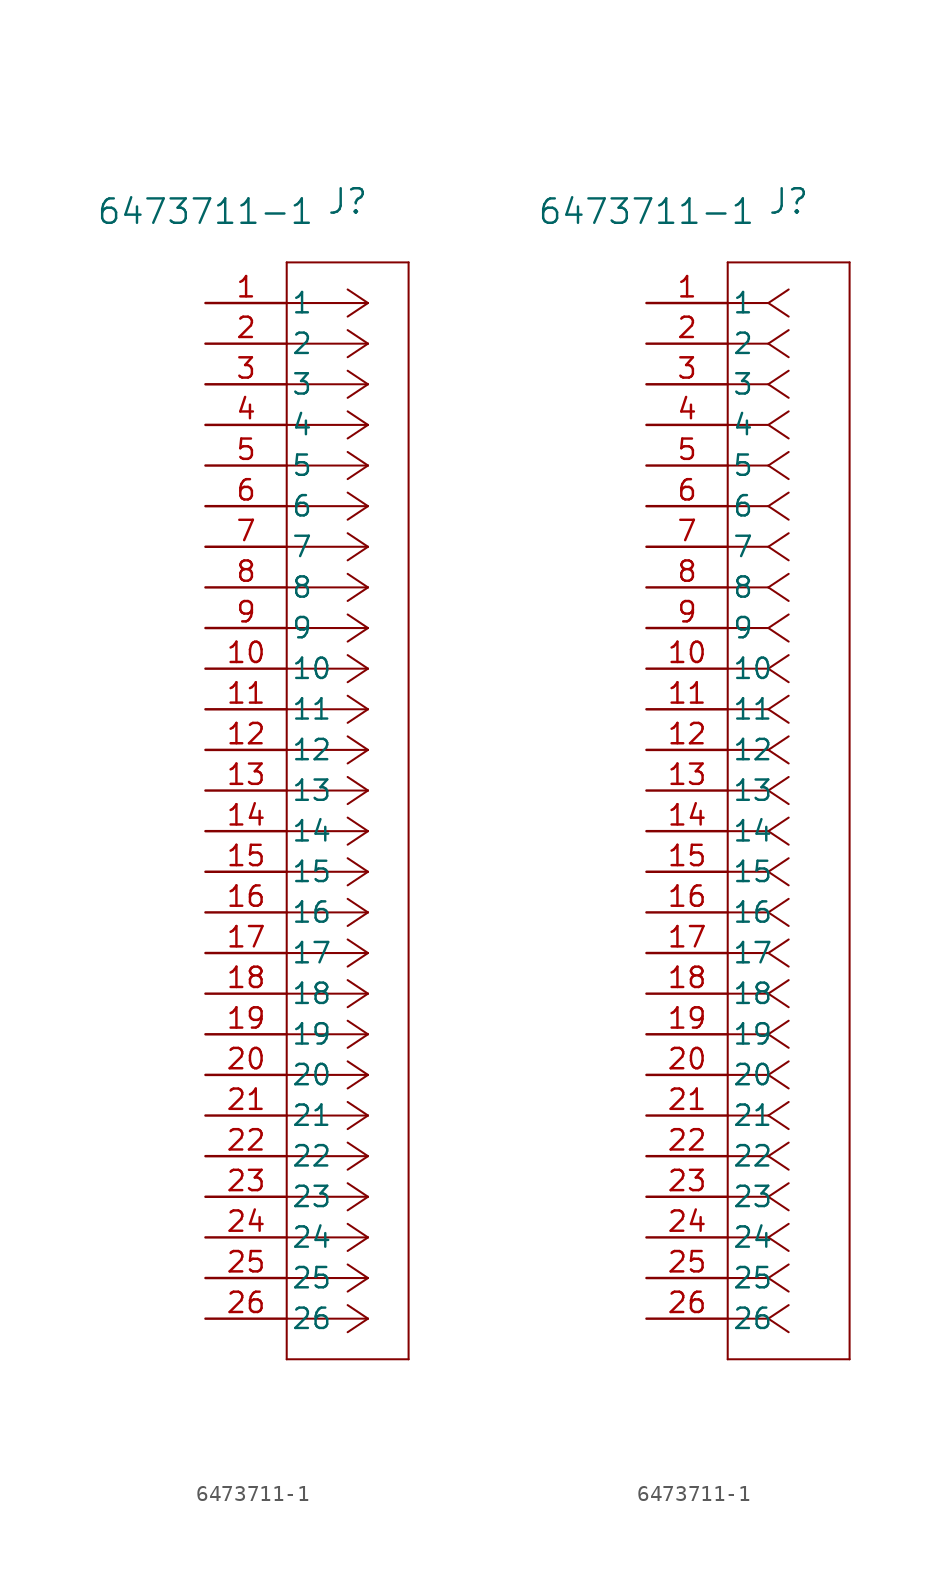
<source format=kicad_sym>
(kicad_symbol_lib
  (version 20220914)
  (generator kicad_symbol_editor)
  (symbol "6473711-1"
    (pin_names
      (offset 0.254))
    (property "Reference" "J"
      (at 8.89 6.35 0)
      (effects (font (size 1.524 1.524))))
    (property "Value" "6473711-1"
      (at 0 5.715 0)
      (effects (font (size 1.524 1.524))))
    (symbol "6473711-1_1_1"
      (polyline (pts (xy 5.08 -66.04) (xy 12.7 -66.04)) (stroke (width 0.127) (type default)) (fill (type none)))
      (polyline (pts (xy 5.08 2.54) (xy 5.08 -66.04)) (stroke (width 0.127) (type default)) (fill (type none)))
      (polyline (pts (xy 10.16 -63.5) (xy 5.08 -63.5)) (stroke (width 0.127) (type default)) (fill (type none)))
      (polyline (pts (xy 10.16 -63.5) (xy 8.89 -64.347)) (stroke (width 0.127) (type default)) (fill (type none)))
      (polyline (pts (xy 10.16 -63.5) (xy 8.89 -62.653)) (stroke (width 0.127) (type default)) (fill (type none)))
      (polyline (pts (xy 10.16 -60.96) (xy 5.08 -60.96)) (stroke (width 0.127) (type default)) (fill (type none)))
      (polyline (pts (xy 10.16 -60.96) (xy 8.89 -61.807)) (stroke (width 0.127) (type default)) (fill (type none)))
      (polyline (pts (xy 10.16 -60.96) (xy 8.89 -60.113)) (stroke (width 0.127) (type default)) (fill (type none)))
      (polyline (pts (xy 10.16 -58.42) (xy 5.08 -58.42)) (stroke (width 0.127) (type default)) (fill (type none)))
      (polyline (pts (xy 10.16 -58.42) (xy 8.89 -59.267)) (stroke (width 0.127) (type default)) (fill (type none)))
      (polyline (pts (xy 10.16 -58.42) (xy 8.89 -57.573)) (stroke (width 0.127) (type default)) (fill (type none)))
      (polyline (pts (xy 10.16 -55.88) (xy 5.08 -55.88)) (stroke (width 0.127) (type default)) (fill (type none)))
      (polyline (pts (xy 10.16 -55.88) (xy 8.89 -56.727)) (stroke (width 0.127) (type default)) (fill (type none)))
      (polyline (pts (xy 10.16 -55.88) (xy 8.89 -55.033)) (stroke (width 0.127) (type default)) (fill (type none)))
      (polyline (pts (xy 10.16 -53.34) (xy 5.08 -53.34)) (stroke (width 0.127) (type default)) (fill (type none)))
      (polyline (pts (xy 10.16 -53.34) (xy 8.89 -54.187)) (stroke (width 0.127) (type default)) (fill (type none)))
      (polyline (pts (xy 10.16 -53.34) (xy 8.89 -52.493)) (stroke (width 0.127) (type default)) (fill (type none)))
      (polyline (pts (xy 10.16 -50.8) (xy 5.08 -50.8)) (stroke (width 0.127) (type default)) (fill (type none)))
      (polyline (pts (xy 10.16 -50.8) (xy 8.89 -51.647)) (stroke (width 0.127) (type default)) (fill (type none)))
      (polyline (pts (xy 10.16 -50.8) (xy 8.89 -49.953)) (stroke (width 0.127) (type default)) (fill (type none)))
      (polyline (pts (xy 10.16 -48.26) (xy 5.08 -48.26)) (stroke (width 0.127) (type default)) (fill (type none)))
      (polyline (pts (xy 10.16 -48.26) (xy 8.89 -49.107)) (stroke (width 0.127) (type default)) (fill (type none)))
      (polyline (pts (xy 10.16 -48.26) (xy 8.89 -47.413)) (stroke (width 0.127) (type default)) (fill (type none)))
      (polyline (pts (xy 10.16 -45.72) (xy 5.08 -45.72)) (stroke (width 0.127) (type default)) (fill (type none)))
      (polyline (pts (xy 10.16 -45.72) (xy 8.89 -46.567)) (stroke (width 0.127) (type default)) (fill (type none)))
      (polyline (pts (xy 10.16 -45.72) (xy 8.89 -44.873)) (stroke (width 0.127) (type default)) (fill (type none)))
      (polyline (pts (xy 10.16 -43.18) (xy 5.08 -43.18)) (stroke (width 0.127) (type default)) (fill (type none)))
      (polyline (pts (xy 10.16 -43.18) (xy 8.89 -44.027)) (stroke (width 0.127) (type default)) (fill (type none)))
      (polyline (pts (xy 10.16 -43.18) (xy 8.89 -42.333)) (stroke (width 0.127) (type default)) (fill (type none)))
      (polyline (pts (xy 10.16 -40.64) (xy 5.08 -40.64)) (stroke (width 0.127) (type default)) (fill (type none)))
      (polyline (pts (xy 10.16 -40.64) (xy 8.89 -41.487)) (stroke (width 0.127) (type default)) (fill (type none)))
      (polyline (pts (xy 10.16 -40.64) (xy 8.89 -39.793)) (stroke (width 0.127) (type default)) (fill (type none)))
      (polyline (pts (xy 10.16 -38.1) (xy 5.08 -38.1)) (stroke (width 0.127) (type default)) (fill (type none)))
      (polyline (pts (xy 10.16 -38.1) (xy 8.89 -38.947)) (stroke (width 0.127) (type default)) (fill (type none)))
      (polyline (pts (xy 10.16 -38.1) (xy 8.89 -37.253)) (stroke (width 0.127) (type default)) (fill (type none)))
      (polyline (pts (xy 10.16 -35.56) (xy 5.08 -35.56)) (stroke (width 0.127) (type default)) (fill (type none)))
      (polyline (pts (xy 10.16 -35.56) (xy 8.89 -36.407)) (stroke (width 0.127) (type default)) (fill (type none)))
      (polyline (pts (xy 10.16 -35.56) (xy 8.89 -34.713)) (stroke (width 0.127) (type default)) (fill (type none)))
      (polyline (pts (xy 10.16 -33.02) (xy 5.08 -33.02)) (stroke (width 0.127) (type default)) (fill (type none)))
      (polyline (pts (xy 10.16 -33.02) (xy 8.89 -33.867)) (stroke (width 0.127) (type default)) (fill (type none)))
      (polyline (pts (xy 10.16 -33.02) (xy 8.89 -32.173)) (stroke (width 0.127) (type default)) (fill (type none)))
      (polyline (pts (xy 10.16 -30.48) (xy 5.08 -30.48)) (stroke (width 0.127) (type default)) (fill (type none)))
      (polyline (pts (xy 10.16 -30.48) (xy 8.89 -31.327)) (stroke (width 0.127) (type default)) (fill (type none)))
      (polyline (pts (xy 10.16 -30.48) (xy 8.89 -29.633)) (stroke (width 0.127) (type default)) (fill (type none)))
      (polyline (pts (xy 10.16 -27.94) (xy 5.08 -27.94)) (stroke (width 0.127) (type default)) (fill (type none)))
      (polyline (pts (xy 10.16 -27.94) (xy 8.89 -28.787)) (stroke (width 0.127) (type default)) (fill (type none)))
      (polyline (pts (xy 10.16 -27.94) (xy 8.89 -27.093)) (stroke (width 0.127) (type default)) (fill (type none)))
      (polyline (pts (xy 10.16 -25.4) (xy 5.08 -25.4)) (stroke (width 0.127) (type default)) (fill (type none)))
      (polyline (pts (xy 10.16 -25.4) (xy 8.89 -26.247)) (stroke (width 0.127) (type default)) (fill (type none)))
      (polyline (pts (xy 10.16 -25.4) (xy 8.89 -24.553)) (stroke (width 0.127) (type default)) (fill (type none)))
      (polyline (pts (xy 10.16 -22.86) (xy 5.08 -22.86)) (stroke (width 0.127) (type default)) (fill (type none)))
      (polyline (pts (xy 10.16 -22.86) (xy 8.89 -23.707)) (stroke (width 0.127) (type default)) (fill (type none)))
      (polyline (pts (xy 10.16 -22.86) (xy 8.89 -22.013)) (stroke (width 0.127) (type default)) (fill (type none)))
      (polyline (pts (xy 10.16 -20.32) (xy 5.08 -20.32)) (stroke (width 0.127) (type default)) (fill (type none)))
      (polyline (pts (xy 10.16 -20.32) (xy 8.89 -21.167)) (stroke (width 0.127) (type default)) (fill (type none)))
      (polyline (pts (xy 10.16 -20.32) (xy 8.89 -19.473)) (stroke (width 0.127) (type default)) (fill (type none)))
      (polyline (pts (xy 10.16 -17.78) (xy 5.08 -17.78)) (stroke (width 0.127) (type default)) (fill (type none)))
      (polyline (pts (xy 10.16 -17.78) (xy 8.89 -18.627)) (stroke (width 0.127) (type default)) (fill (type none)))
      (polyline (pts (xy 10.16 -17.78) (xy 8.89 -16.933)) (stroke (width 0.127) (type default)) (fill (type none)))
      (polyline (pts (xy 10.16 -15.24) (xy 5.08 -15.24)) (stroke (width 0.127) (type default)) (fill (type none)))
      (polyline (pts (xy 10.16 -15.24) (xy 8.89 -16.087)) (stroke (width 0.127) (type default)) (fill (type none)))
      (polyline (pts (xy 10.16 -15.24) (xy 8.89 -14.393)) (stroke (width 0.127) (type default)) (fill (type none)))
      (polyline (pts (xy 10.16 -12.7) (xy 5.08 -12.7)) (stroke (width 0.127) (type default)) (fill (type none)))
      (polyline (pts (xy 10.16 -12.7) (xy 8.89 -13.547)) (stroke (width 0.127) (type default)) (fill (type none)))
      (polyline (pts (xy 10.16 -12.7) (xy 8.89 -11.853)) (stroke (width 0.127) (type default)) (fill (type none)))
      (polyline (pts (xy 10.16 -10.16) (xy 5.08 -10.16)) (stroke (width 0.127) (type default)) (fill (type none)))
      (polyline (pts (xy 10.16 -10.16) (xy 8.89 -11.007)) (stroke (width 0.127) (type default)) (fill (type none)))
      (polyline (pts (xy 10.16 -10.16) (xy 8.89 -9.313)) (stroke (width 0.127) (type default)) (fill (type none)))
      (polyline (pts (xy 10.16 -7.62) (xy 5.08 -7.62)) (stroke (width 0.127) (type default)) (fill (type none)))
      (polyline (pts (xy 10.16 -7.62) (xy 8.89 -8.467)) (stroke (width 0.127) (type default)) (fill (type none)))
      (polyline (pts (xy 10.16 -7.62) (xy 8.89 -6.773)) (stroke (width 0.127) (type default)) (fill (type none)))
      (polyline (pts (xy 10.16 -5.08) (xy 5.08 -5.08)) (stroke (width 0.127) (type default)) (fill (type none)))
      (polyline (pts (xy 10.16 -5.08) (xy 8.89 -5.927)) (stroke (width 0.127) (type default)) (fill (type none)))
      (polyline (pts (xy 10.16 -5.08) (xy 8.89 -4.233)) (stroke (width 0.127) (type default)) (fill (type none)))
      (polyline (pts (xy 10.16 -2.54) (xy 5.08 -2.54)) (stroke (width 0.127) (type default)) (fill (type none)))
      (polyline (pts (xy 10.16 -2.54) (xy 8.89 -3.387)) (stroke (width 0.127) (type default)) (fill (type none)))
      (polyline (pts (xy 10.16 -2.54) (xy 8.89 -1.693)) (stroke (width 0.127) (type default)) (fill (type none)))
      (polyline (pts (xy 10.16 0) (xy 5.08 0)) (stroke (width 0.127) (type default)) (fill (type none)))
      (polyline (pts (xy 10.16 0) (xy 8.89 -0.847)) (stroke (width 0.127) (type default)) (fill (type none)))
      (polyline (pts (xy 10.16 0) (xy 8.89 0.847)) (stroke (width 0.127) (type default)) (fill (type none)))
      (polyline (pts (xy 12.7 -66.04) (xy 12.7 2.54)) (stroke (width 0.127) (type default)) (fill (type none)))
      (polyline (pts (xy 12.7 2.54) (xy 5.08 2.54)) (stroke (width 0.127) (type default)) (fill (type none)))
      (pin unspecified line (at 0 0 0) (length 5.08) (name "1" (effects (font (size 1.27 1.27)))) (number "1" (effects (font (size 1.27 1.27)))))
      (pin unspecified line (at 0 -22.86 0) (length 5.08) (name "10" (effects (font (size 1.27 1.27)))) (number "10" (effects (font (size 1.27 1.27)))))
      (pin unspecified line (at 0 -25.4 0) (length 5.08) (name "11" (effects (font (size 1.27 1.27)))) (number "11" (effects (font (size 1.27 1.27)))))
      (pin unspecified line (at 0 -27.94 0) (length 5.08) (name "12" (effects (font (size 1.27 1.27)))) (number "12" (effects (font (size 1.27 1.27)))))
      (pin unspecified line (at 0 -30.48 0) (length 5.08) (name "13" (effects (font (size 1.27 1.27)))) (number "13" (effects (font (size 1.27 1.27)))))
      (pin unspecified line (at 0 -33.02 0) (length 5.08) (name "14" (effects (font (size 1.27 1.27)))) (number "14" (effects (font (size 1.27 1.27)))))
      (pin unspecified line (at 0 -35.56 0) (length 5.08) (name "15" (effects (font (size 1.27 1.27)))) (number "15" (effects (font (size 1.27 1.27)))))
      (pin unspecified line (at 0 -38.1 0) (length 5.08) (name "16" (effects (font (size 1.27 1.27)))) (number "16" (effects (font (size 1.27 1.27)))))
      (pin unspecified line (at 0 -40.64 0) (length 5.08) (name "17" (effects (font (size 1.27 1.27)))) (number "17" (effects (font (size 1.27 1.27)))))
      (pin unspecified line (at 0 -43.18 0) (length 5.08) (name "18" (effects (font (size 1.27 1.27)))) (number "18" (effects (font (size 1.27 1.27)))))
      (pin unspecified line (at 0 -45.72 0) (length 5.08) (name "19" (effects (font (size 1.27 1.27)))) (number "19" (effects (font (size 1.27 1.27)))))
      (pin unspecified line (at 0 -2.54 0) (length 5.08) (name "2" (effects (font (size 1.27 1.27)))) (number "2" (effects (font (size 1.27 1.27)))))
      (pin unspecified line (at 0 -48.26 0) (length 5.08) (name "20" (effects (font (size 1.27 1.27)))) (number "20" (effects (font (size 1.27 1.27)))))
      (pin unspecified line (at 0 -50.8 0) (length 5.08) (name "21" (effects (font (size 1.27 1.27)))) (number "21" (effects (font (size 1.27 1.27)))))
      (pin unspecified line (at 0 -53.34 0) (length 5.08) (name "22" (effects (font (size 1.27 1.27)))) (number "22" (effects (font (size 1.27 1.27)))))
      (pin unspecified line (at 0 -55.88 0) (length 5.08) (name "23" (effects (font (size 1.27 1.27)))) (number "23" (effects (font (size 1.27 1.27)))))
      (pin unspecified line (at 0 -58.42 0) (length 5.08) (name "24" (effects (font (size 1.27 1.27)))) (number "24" (effects (font (size 1.27 1.27)))))
      (pin unspecified line (at 0 -60.96 0) (length 5.08) (name "25" (effects (font (size 1.27 1.27)))) (number "25" (effects (font (size 1.27 1.27)))))
      (pin unspecified line (at 0 -63.5 0) (length 5.08) (name "26" (effects (font (size 1.27 1.27)))) (number "26" (effects (font (size 1.27 1.27)))))
      (pin unspecified line (at 0 -5.08 0) (length 5.08) (name "3" (effects (font (size 1.27 1.27)))) (number "3" (effects (font (size 1.27 1.27)))))
      (pin unspecified line (at 0 -7.62 0) (length 5.08) (name "4" (effects (font (size 1.27 1.27)))) (number "4" (effects (font (size 1.27 1.27)))))
      (pin unspecified line (at 0 -10.16 0) (length 5.08) (name "5" (effects (font (size 1.27 1.27)))) (number "5" (effects (font (size 1.27 1.27)))))
      (pin unspecified line (at 0 -12.7 0) (length 5.08) (name "6" (effects (font (size 1.27 1.27)))) (number "6" (effects (font (size 1.27 1.27)))))
      (pin unspecified line (at 0 -15.24 0) (length 5.08) (name "7" (effects (font (size 1.27 1.27)))) (number "7" (effects (font (size 1.27 1.27)))))
      (pin unspecified line (at 0 -17.78 0) (length 5.08) (name "8" (effects (font (size 1.27 1.27)))) (number "8" (effects (font (size 1.27 1.27)))))
      (pin unspecified line (at 0 -20.32 0) (length 5.08) (name "9" (effects (font (size 1.27 1.27)))) (number "9" (effects (font (size 1.27 1.27))))))
    (symbol "6473711-1_1_2"
      (polyline (pts (xy 5.08 -66.04) (xy 12.7 -66.04)) (stroke (width 0.127) (type default)) (fill (type none)))
      (polyline (pts (xy 5.08 2.54) (xy 5.08 -66.04)) (stroke (width 0.127) (type default)) (fill (type none)))
      (polyline (pts (xy 7.62 -63.5) (xy 5.08 -63.5)) (stroke (width 0.127) (type default)) (fill (type none)))
      (polyline (pts (xy 7.62 -63.5) (xy 8.89 -64.347)) (stroke (width 0.127) (type default)) (fill (type none)))
      (polyline (pts (xy 7.62 -63.5) (xy 8.89 -62.653)) (stroke (width 0.127) (type default)) (fill (type none)))
      (polyline (pts (xy 7.62 -60.96) (xy 5.08 -60.96)) (stroke (width 0.127) (type default)) (fill (type none)))
      (polyline (pts (xy 7.62 -60.96) (xy 8.89 -61.807)) (stroke (width 0.127) (type default)) (fill (type none)))
      (polyline (pts (xy 7.62 -60.96) (xy 8.89 -60.113)) (stroke (width 0.127) (type default)) (fill (type none)))
      (polyline (pts (xy 7.62 -58.42) (xy 5.08 -58.42)) (stroke (width 0.127) (type default)) (fill (type none)))
      (polyline (pts (xy 7.62 -58.42) (xy 8.89 -59.267)) (stroke (width 0.127) (type default)) (fill (type none)))
      (polyline (pts (xy 7.62 -58.42) (xy 8.89 -57.573)) (stroke (width 0.127) (type default)) (fill (type none)))
      (polyline (pts (xy 7.62 -55.88) (xy 5.08 -55.88)) (stroke (width 0.127) (type default)) (fill (type none)))
      (polyline (pts (xy 7.62 -55.88) (xy 8.89 -56.727)) (stroke (width 0.127) (type default)) (fill (type none)))
      (polyline (pts (xy 7.62 -55.88) (xy 8.89 -55.033)) (stroke (width 0.127) (type default)) (fill (type none)))
      (polyline (pts (xy 7.62 -53.34) (xy 5.08 -53.34)) (stroke (width 0.127) (type default)) (fill (type none)))
      (polyline (pts (xy 7.62 -53.34) (xy 8.89 -54.187)) (stroke (width 0.127) (type default)) (fill (type none)))
      (polyline (pts (xy 7.62 -53.34) (xy 8.89 -52.493)) (stroke (width 0.127) (type default)) (fill (type none)))
      (polyline (pts (xy 7.62 -50.8) (xy 5.08 -50.8)) (stroke (width 0.127) (type default)) (fill (type none)))
      (polyline (pts (xy 7.62 -50.8) (xy 8.89 -51.647)) (stroke (width 0.127) (type default)) (fill (type none)))
      (polyline (pts (xy 7.62 -50.8) (xy 8.89 -49.953)) (stroke (width 0.127) (type default)) (fill (type none)))
      (polyline (pts (xy 7.62 -48.26) (xy 5.08 -48.26)) (stroke (width 0.127) (type default)) (fill (type none)))
      (polyline (pts (xy 7.62 -48.26) (xy 8.89 -49.107)) (stroke (width 0.127) (type default)) (fill (type none)))
      (polyline (pts (xy 7.62 -48.26) (xy 8.89 -47.413)) (stroke (width 0.127) (type default)) (fill (type none)))
      (polyline (pts (xy 7.62 -45.72) (xy 5.08 -45.72)) (stroke (width 0.127) (type default)) (fill (type none)))
      (polyline (pts (xy 7.62 -45.72) (xy 8.89 -46.567)) (stroke (width 0.127) (type default)) (fill (type none)))
      (polyline (pts (xy 7.62 -45.72) (xy 8.89 -44.873)) (stroke (width 0.127) (type default)) (fill (type none)))
      (polyline (pts (xy 7.62 -43.18) (xy 5.08 -43.18)) (stroke (width 0.127) (type default)) (fill (type none)))
      (polyline (pts (xy 7.62 -43.18) (xy 8.89 -44.027)) (stroke (width 0.127) (type default)) (fill (type none)))
      (polyline (pts (xy 7.62 -43.18) (xy 8.89 -42.333)) (stroke (width 0.127) (type default)) (fill (type none)))
      (polyline (pts (xy 7.62 -40.64) (xy 5.08 -40.64)) (stroke (width 0.127) (type default)) (fill (type none)))
      (polyline (pts (xy 7.62 -40.64) (xy 8.89 -41.487)) (stroke (width 0.127) (type default)) (fill (type none)))
      (polyline (pts (xy 7.62 -40.64) (xy 8.89 -39.793)) (stroke (width 0.127) (type default)) (fill (type none)))
      (polyline (pts (xy 7.62 -38.1) (xy 5.08 -38.1)) (stroke (width 0.127) (type default)) (fill (type none)))
      (polyline (pts (xy 7.62 -38.1) (xy 8.89 -38.947)) (stroke (width 0.127) (type default)) (fill (type none)))
      (polyline (pts (xy 7.62 -38.1) (xy 8.89 -37.253)) (stroke (width 0.127) (type default)) (fill (type none)))
      (polyline (pts (xy 7.62 -35.56) (xy 5.08 -35.56)) (stroke (width 0.127) (type default)) (fill (type none)))
      (polyline (pts (xy 7.62 -35.56) (xy 8.89 -36.407)) (stroke (width 0.127) (type default)) (fill (type none)))
      (polyline (pts (xy 7.62 -35.56) (xy 8.89 -34.713)) (stroke (width 0.127) (type default)) (fill (type none)))
      (polyline (pts (xy 7.62 -33.02) (xy 5.08 -33.02)) (stroke (width 0.127) (type default)) (fill (type none)))
      (polyline (pts (xy 7.62 -33.02) (xy 8.89 -33.867)) (stroke (width 0.127) (type default)) (fill (type none)))
      (polyline (pts (xy 7.62 -33.02) (xy 8.89 -32.173)) (stroke (width 0.127) (type default)) (fill (type none)))
      (polyline (pts (xy 7.62 -30.48) (xy 5.08 -30.48)) (stroke (width 0.127) (type default)) (fill (type none)))
      (polyline (pts (xy 7.62 -30.48) (xy 8.89 -31.327)) (stroke (width 0.127) (type default)) (fill (type none)))
      (polyline (pts (xy 7.62 -30.48) (xy 8.89 -29.633)) (stroke (width 0.127) (type default)) (fill (type none)))
      (polyline (pts (xy 7.62 -27.94) (xy 5.08 -27.94)) (stroke (width 0.127) (type default)) (fill (type none)))
      (polyline (pts (xy 7.62 -27.94) (xy 8.89 -28.787)) (stroke (width 0.127) (type default)) (fill (type none)))
      (polyline (pts (xy 7.62 -27.94) (xy 8.89 -27.093)) (stroke (width 0.127) (type default)) (fill (type none)))
      (polyline (pts (xy 7.62 -25.4) (xy 5.08 -25.4)) (stroke (width 0.127) (type default)) (fill (type none)))
      (polyline (pts (xy 7.62 -25.4) (xy 8.89 -26.247)) (stroke (width 0.127) (type default)) (fill (type none)))
      (polyline (pts (xy 7.62 -25.4) (xy 8.89 -24.553)) (stroke (width 0.127) (type default)) (fill (type none)))
      (polyline (pts (xy 7.62 -22.86) (xy 5.08 -22.86)) (stroke (width 0.127) (type default)) (fill (type none)))
      (polyline (pts (xy 7.62 -22.86) (xy 8.89 -23.707)) (stroke (width 0.127) (type default)) (fill (type none)))
      (polyline (pts (xy 7.62 -22.86) (xy 8.89 -22.013)) (stroke (width 0.127) (type default)) (fill (type none)))
      (polyline (pts (xy 7.62 -20.32) (xy 5.08 -20.32)) (stroke (width 0.127) (type default)) (fill (type none)))
      (polyline (pts (xy 7.62 -20.32) (xy 8.89 -21.167)) (stroke (width 0.127) (type default)) (fill (type none)))
      (polyline (pts (xy 7.62 -20.32) (xy 8.89 -19.473)) (stroke (width 0.127) (type default)) (fill (type none)))
      (polyline (pts (xy 7.62 -17.78) (xy 5.08 -17.78)) (stroke (width 0.127) (type default)) (fill (type none)))
      (polyline (pts (xy 7.62 -17.78) (xy 8.89 -18.627)) (stroke (width 0.127) (type default)) (fill (type none)))
      (polyline (pts (xy 7.62 -17.78) (xy 8.89 -16.933)) (stroke (width 0.127) (type default)) (fill (type none)))
      (polyline (pts (xy 7.62 -15.24) (xy 5.08 -15.24)) (stroke (width 0.127) (type default)) (fill (type none)))
      (polyline (pts (xy 7.62 -15.24) (xy 8.89 -16.087)) (stroke (width 0.127) (type default)) (fill (type none)))
      (polyline (pts (xy 7.62 -15.24) (xy 8.89 -14.393)) (stroke (width 0.127) (type default)) (fill (type none)))
      (polyline (pts (xy 7.62 -12.7) (xy 5.08 -12.7)) (stroke (width 0.127) (type default)) (fill (type none)))
      (polyline (pts (xy 7.62 -12.7) (xy 8.89 -13.547)) (stroke (width 0.127) (type default)) (fill (type none)))
      (polyline (pts (xy 7.62 -12.7) (xy 8.89 -11.853)) (stroke (width 0.127) (type default)) (fill (type none)))
      (polyline (pts (xy 7.62 -10.16) (xy 5.08 -10.16)) (stroke (width 0.127) (type default)) (fill (type none)))
      (polyline (pts (xy 7.62 -10.16) (xy 8.89 -11.007)) (stroke (width 0.127) (type default)) (fill (type none)))
      (polyline (pts (xy 7.62 -10.16) (xy 8.89 -9.313)) (stroke (width 0.127) (type default)) (fill (type none)))
      (polyline (pts (xy 7.62 -7.62) (xy 5.08 -7.62)) (stroke (width 0.127) (type default)) (fill (type none)))
      (polyline (pts (xy 7.62 -7.62) (xy 8.89 -8.467)) (stroke (width 0.127) (type default)) (fill (type none)))
      (polyline (pts (xy 7.62 -7.62) (xy 8.89 -6.773)) (stroke (width 0.127) (type default)) (fill (type none)))
      (polyline (pts (xy 7.62 -5.08) (xy 5.08 -5.08)) (stroke (width 0.127) (type default)) (fill (type none)))
      (polyline (pts (xy 7.62 -5.08) (xy 8.89 -5.927)) (stroke (width 0.127) (type default)) (fill (type none)))
      (polyline (pts (xy 7.62 -5.08) (xy 8.89 -4.233)) (stroke (width 0.127) (type default)) (fill (type none)))
      (polyline (pts (xy 7.62 -2.54) (xy 5.08 -2.54)) (stroke (width 0.127) (type default)) (fill (type none)))
      (polyline (pts (xy 7.62 -2.54) (xy 8.89 -3.387)) (stroke (width 0.127) (type default)) (fill (type none)))
      (polyline (pts (xy 7.62 -2.54) (xy 8.89 -1.693)) (stroke (width 0.127) (type default)) (fill (type none)))
      (polyline (pts (xy 7.62 0) (xy 5.08 0)) (stroke (width 0.127) (type default)) (fill (type none)))
      (polyline (pts (xy 7.62 0) (xy 8.89 -0.847)) (stroke (width 0.127) (type default)) (fill (type none)))
      (polyline (pts (xy 7.62 0) (xy 8.89 0.847)) (stroke (width 0.127) (type default)) (fill (type none)))
      (polyline (pts (xy 12.7 -66.04) (xy 12.7 2.54)) (stroke (width 0.127) (type default)) (fill (type none)))
      (polyline (pts (xy 12.7 2.54) (xy 5.08 2.54)) (stroke (width 0.127) (type default)) (fill (type none)))
      (pin unspecified line (at 0 0 0) (length 5.08) (name "1" (effects (font (size 1.27 1.27)))) (number "1" (effects (font (size 1.27 1.27)))))
      (pin unspecified line (at 0 -22.86 0) (length 5.08) (name "10" (effects (font (size 1.27 1.27)))) (number "10" (effects (font (size 1.27 1.27)))))
      (pin unspecified line (at 0 -25.4 0) (length 5.08) (name "11" (effects (font (size 1.27 1.27)))) (number "11" (effects (font (size 1.27 1.27)))))
      (pin unspecified line (at 0 -27.94 0) (length 5.08) (name "12" (effects (font (size 1.27 1.27)))) (number "12" (effects (font (size 1.27 1.27)))))
      (pin unspecified line (at 0 -30.48 0) (length 5.08) (name "13" (effects (font (size 1.27 1.27)))) (number "13" (effects (font (size 1.27 1.27)))))
      (pin unspecified line (at 0 -33.02 0) (length 5.08) (name "14" (effects (font (size 1.27 1.27)))) (number "14" (effects (font (size 1.27 1.27)))))
      (pin unspecified line (at 0 -35.56 0) (length 5.08) (name "15" (effects (font (size 1.27 1.27)))) (number "15" (effects (font (size 1.27 1.27)))))
      (pin unspecified line (at 0 -38.1 0) (length 5.08) (name "16" (effects (font (size 1.27 1.27)))) (number "16" (effects (font (size 1.27 1.27)))))
      (pin unspecified line (at 0 -40.64 0) (length 5.08) (name "17" (effects (font (size 1.27 1.27)))) (number "17" (effects (font (size 1.27 1.27)))))
      (pin unspecified line (at 0 -43.18 0) (length 5.08) (name "18" (effects (font (size 1.27 1.27)))) (number "18" (effects (font (size 1.27 1.27)))))
      (pin unspecified line (at 0 -45.72 0) (length 5.08) (name "19" (effects (font (size 1.27 1.27)))) (number "19" (effects (font (size 1.27 1.27)))))
      (pin unspecified line (at 0 -2.54 0) (length 5.08) (name "2" (effects (font (size 1.27 1.27)))) (number "2" (effects (font (size 1.27 1.27)))))
      (pin unspecified line (at 0 -48.26 0) (length 5.08) (name "20" (effects (font (size 1.27 1.27)))) (number "20" (effects (font (size 1.27 1.27)))))
      (pin unspecified line (at 0 -50.8 0) (length 5.08) (name "21" (effects (font (size 1.27 1.27)))) (number "21" (effects (font (size 1.27 1.27)))))
      (pin unspecified line (at 0 -53.34 0) (length 5.08) (name "22" (effects (font (size 1.27 1.27)))) (number "22" (effects (font (size 1.27 1.27)))))
      (pin unspecified line (at 0 -55.88 0) (length 5.08) (name "23" (effects (font (size 1.27 1.27)))) (number "23" (effects (font (size 1.27 1.27)))))
      (pin unspecified line (at 0 -58.42 0) (length 5.08) (name "24" (effects (font (size 1.27 1.27)))) (number "24" (effects (font (size 1.27 1.27)))))
      (pin unspecified line (at 0 -60.96 0) (length 5.08) (name "25" (effects (font (size 1.27 1.27)))) (number "25" (effects (font (size 1.27 1.27)))))
      (pin unspecified line (at 0 -63.5 0) (length 5.08) (name "26" (effects (font (size 1.27 1.27)))) (number "26" (effects (font (size 1.27 1.27)))))
      (pin unspecified line (at 0 -5.08 0) (length 5.08) (name "3" (effects (font (size 1.27 1.27)))) (number "3" (effects (font (size 1.27 1.27)))))
      (pin unspecified line (at 0 -7.62 0) (length 5.08) (name "4" (effects (font (size 1.27 1.27)))) (number "4" (effects (font (size 1.27 1.27)))))
      (pin unspecified line (at 0 -10.16 0) (length 5.08) (name "5" (effects (font (size 1.27 1.27)))) (number "5" (effects (font (size 1.27 1.27)))))
      (pin unspecified line (at 0 -12.7 0) (length 5.08) (name "6" (effects (font (size 1.27 1.27)))) (number "6" (effects (font (size 1.27 1.27)))))
      (pin unspecified line (at 0 -15.24 0) (length 5.08) (name "7" (effects (font (size 1.27 1.27)))) (number "7" (effects (font (size 1.27 1.27)))))
      (pin unspecified line (at 0 -17.78 0) (length 5.08) (name "8" (effects (font (size 1.27 1.27)))) (number "8" (effects (font (size 1.27 1.27)))))
      (pin unspecified line (at 0 -20.32 0) (length 5.08) (name "9" (effects (font (size 1.27 1.27)))) (number "9" (effects (font (size 1.27 1.27))))))))
</source>
